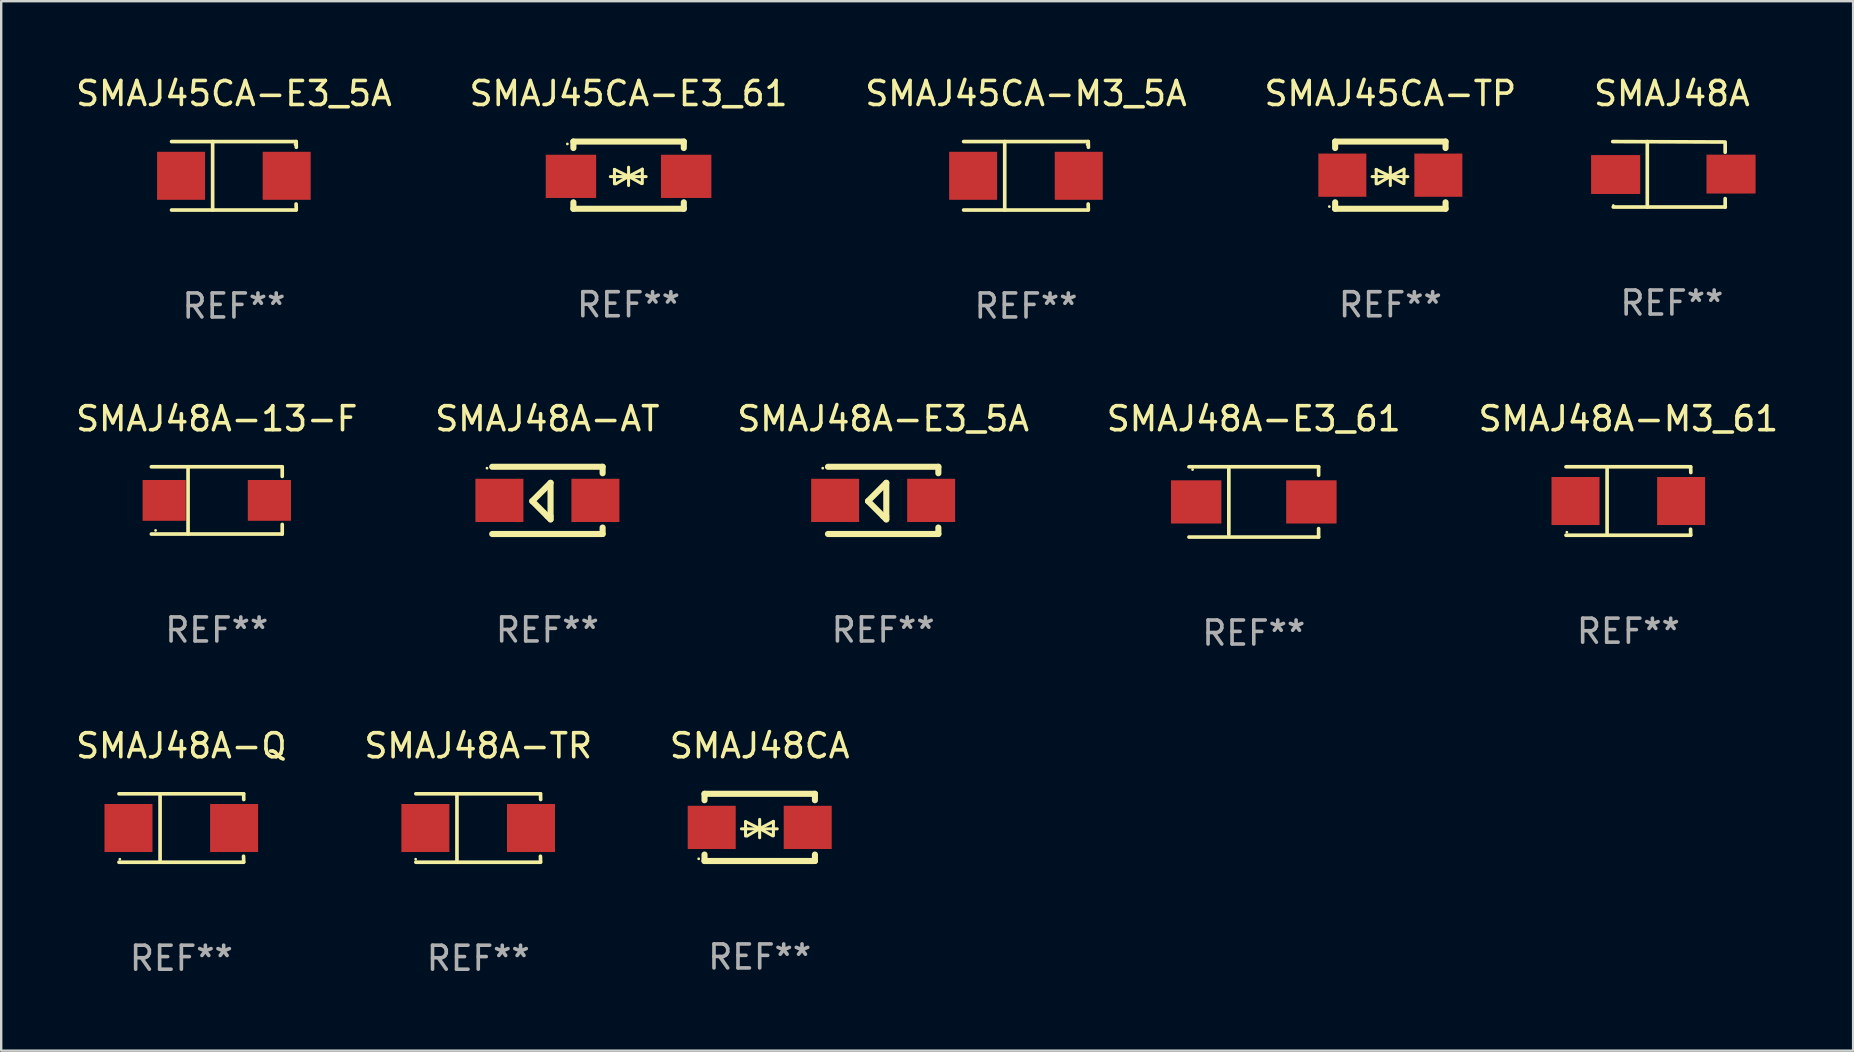
<source format=kicad_pcb>
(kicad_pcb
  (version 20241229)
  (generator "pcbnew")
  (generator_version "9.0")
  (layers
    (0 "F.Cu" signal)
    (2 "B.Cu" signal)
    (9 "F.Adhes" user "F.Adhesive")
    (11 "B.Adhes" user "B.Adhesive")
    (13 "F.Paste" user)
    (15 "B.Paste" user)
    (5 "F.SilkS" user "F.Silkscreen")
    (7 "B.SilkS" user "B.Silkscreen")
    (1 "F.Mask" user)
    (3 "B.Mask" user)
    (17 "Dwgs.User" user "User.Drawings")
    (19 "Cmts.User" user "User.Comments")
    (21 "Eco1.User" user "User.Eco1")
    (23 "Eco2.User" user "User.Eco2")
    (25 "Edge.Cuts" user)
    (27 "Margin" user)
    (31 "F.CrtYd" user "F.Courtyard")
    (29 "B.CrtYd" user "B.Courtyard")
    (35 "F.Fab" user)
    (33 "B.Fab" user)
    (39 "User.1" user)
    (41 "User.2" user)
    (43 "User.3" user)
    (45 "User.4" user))
  (footprint "SMAJ48A-Q"
    (layer "F.Cu")
    (at 4.506 31.447)
    (property "Reference" "SMAJ48A-Q" (at 0 -3.426 0) (layer "F.SilkS") (effects (font (size 1 1) (thickness 0.15))))
    (attr through_hole)
    (fp_line (start -2.6 -1.426) (end 2.593 -1.426) (stroke (width 0.152) (type solid)) (layer "F.SilkS"))
    (fp_line (start -2.6 1.426) (end 2.593 1.426) (stroke (width 0.152) (type solid)) (layer "F.SilkS"))
    (fp_line (start -0.887 -1.426) (end -0.887 1.426) (stroke (width 0.152) (type solid)) (layer "F.SilkS"))
    (fp_line (start 2.59 1.176) (end 2.597 1.415) (stroke (width 0.152) (type solid)) (layer "F.SilkS"))
    (fp_line (start 2.593 -1.426) (end 2.6 -1.187) (stroke (width 0.152) (type solid)) (layer "F.SilkS"))
    (fp_circle (center -2.563 1.3) (end -2.533 1.3) (stroke (width 0.06) (type solid)) (fill no) (layer "F.SilkS"))
    (fp_text user "REF**" (at 0 5.426 0) (layer "F.Fab") (effects (font (size 1 1) (thickness 0.15))))
    (pad "1" smd rect (at -2.203 -0.000025 180) (size 2 2) (layers "F.Cu" "F.Mask" "F.Paste"))
    (pad "2" smd rect (at 2.197 -0.000025 180) (size 2 2) (layers "F.Cu" "F.Mask" "F.Paste")))
  (footprint "SMAJ48A-13-F"
    (layer "F.Cu")
    (at 5.982 17.798)
    (property "Reference" "SMAJ48A-13-F" (at 0 -3.401 0) (layer "F.SilkS") (effects (font (size 1 1) (thickness 0.15))))
    (attr through_hole)
    (fp_line (start -2.726 -1.401) (end 2.726 -1.401) (stroke (width 0.152) (type solid)) (layer "F.SilkS"))
    (fp_line (start -2.726 1.401) (end 2.726 1.401) (stroke (width 0.152) (type solid)) (layer "F.SilkS"))
    (fp_line (start -1.197 -1.401) (end -1.197 1.401) (stroke (width 0.152) (type solid)) (layer "F.SilkS"))
    (fp_line (start 2.726 -1.401) (end 2.726 -1) (stroke (width 0.152) (type solid)) (layer "F.SilkS"))
    (fp_line (start 2.726 1.401) (end 2.726 1) (stroke (width 0.152) (type solid)) (layer "F.SilkS"))
    (fp_circle (center -2.55 1.25) (end -2.52 1.25) (stroke (width 0.06) (type solid)) (fill no) (layer "F.SilkS"))
    (fp_text user "REF**" (at 0 5.401 0) (layer "F.Fab") (effects (font (size 1 1) (thickness 0.15))))
    (pad "1" smd rect (at -2.192 0) (size 1.8 1.7) (layers "F.Cu" "F.Mask" "F.Paste"))
    (pad "2" smd rect (at 2.192 0) (size 1.8 1.7) (layers "F.Cu" "F.Mask" "F.Paste")))
  (footprint "SMAJ45CA-TP"
    (layer "F.Cu")
    (at 54.875 4.248)
    (property "Reference" "SMAJ45CA-TP" (at 0 -3.4 0) (layer "F.SilkS") (effects (font (size 1 1) (thickness 0.15))))
    (attr through_hole)
    (fp_line (start -2.3 -1.4) (end -2.3 -1.131) (stroke (width 0.254) (type solid)) (layer "F.SilkS"))
    (fp_line (start -2.3 -1.4) (end 2.3 -1.4) (stroke (width 0.254) (type solid)) (layer "F.SilkS"))
    (fp_line (start -2.3 1.131) (end -2.3 1.4) (stroke (width 0.254) (type solid)) (layer "F.SilkS"))
    (fp_line (start -2.3 1.4) (end 2.3 1.4) (stroke (width 0.254) (type solid)) (layer "F.SilkS"))
    (fp_line (start -0.76 0.06) (end 0.73 0.06) (stroke (width 0.127) (type solid)) (layer "F.SilkS"))
    (fp_line (start -0.59 -0.24) (end -0.59 0.36) (stroke (width 0.127) (type solid)) (layer "F.SilkS"))
    (fp_line (start -0.59 -0.24) (end -0.002 0.049) (stroke (width 0.127) (type solid)) (layer "F.SilkS"))
    (fp_line (start -0.53 0.36) (end -0.002 0.049) (stroke (width 0.127) (type solid)) (layer "F.SilkS"))
    (fp_line (start -0.002 0.049) (end -0.002 -0.332) (stroke (width 0.127) (type solid)) (layer "F.SilkS"))
    (fp_line (start -0.002 0.049) (end -0.002 0.43) (stroke (width 0.127) (type solid)) (layer "F.SilkS"))
    (fp_line (start 0.54 0.35) (end -0.002 0.049) (stroke (width 0.127) (type solid)) (layer "F.SilkS"))
    (fp_line (start 0.57 -0.25) (end -0.002 0.049) (stroke (width 0.127) (type solid)) (layer "F.SilkS"))
    (fp_line (start 0.57 -0.25) (end 0.57 0.35) (stroke (width 0.127) (type solid)) (layer "F.SilkS"))
    (fp_line (start 2.3 -1.4) (end 2.3 -1.131) (stroke (width 0.254) (type solid)) (layer "F.SilkS"))
    (fp_line (start 2.3 1.131) (end 2.3 1.4) (stroke (width 0.254) (type solid)) (layer "F.SilkS"))
    (fp_circle (center -2.542 1.308) (end -2.512 1.308) (stroke (width 0.06) (type solid)) (fill no) (layer "F.SilkS"))
    (fp_text user "REF**" (at 0 5.4 0) (layer "F.Fab") (effects (font (size 1 1) (thickness 0.15))))
    (pad "1" smd rect (at -2 0) (size 2 1.8) (layers "F.Cu" "F.Mask" "F.Paste"))
    (pad "2" smd rect (at 2 0) (size 2 1.8) (layers "F.Cu" "F.Mask" "F.Paste")))
  (footprint "SMAJ45CA-E3_61"
    (layer "F.Cu")
    (at 23.137 4.248)
    (property "Reference" "SMAJ45CA-E3_61" (at 0 -3.4 0) (layer "F.SilkS") (effects (font (size 1 1) (thickness 0.15))))
    (attr through_hole)
    (fp_line (start -2.298 -1.4) (end -2.298 -1.131) (stroke (width 0.254) (type solid)) (layer "F.SilkS"))
    (fp_line (start -2.298 -1.4) (end 2.302 -1.4) (stroke (width 0.254) (type solid)) (layer "F.SilkS"))
    (fp_line (start -2.298 1.131) (end -2.298 1.4) (stroke (width 0.254) (type solid)) (layer "F.SilkS"))
    (fp_line (start -2.298 1.4) (end 2.302 1.4) (stroke (width 0.254) (type solid)) (layer "F.SilkS"))
    (fp_line (start -0.758 0.06) (end 0.732 0.06) (stroke (width 0.127) (type solid)) (layer "F.SilkS"))
    (fp_line (start -0.588 -0.24) (end -0.588 0.36) (stroke (width 0.127) (type solid)) (layer "F.SilkS"))
    (fp_line (start -0.588 -0.24) (end 0.000025 0.049) (stroke (width 0.127) (type solid)) (layer "F.SilkS"))
    (fp_line (start -0.528 0.36) (end 0.000025 0.049) (stroke (width 0.127) (type solid)) (layer "F.SilkS"))
    (fp_line (start 0.000025 0.049) (end 0.000025 -0.332) (stroke (width 0.127) (type solid)) (layer "F.SilkS"))
    (fp_line (start 0.000025 0.049) (end 0.000025 0.43) (stroke (width 0.127) (type solid)) (layer "F.SilkS"))
    (fp_line (start 0.542 0.35) (end 0.000025 0.049) (stroke (width 0.127) (type solid)) (layer "F.SilkS"))
    (fp_line (start 0.572 -0.25) (end 0.000025 0.049) (stroke (width 0.127) (type solid)) (layer "F.SilkS"))
    (fp_line (start 0.572 -0.25) (end 0.572 0.35) (stroke (width 0.127) (type solid)) (layer "F.SilkS"))
    (fp_line (start 2.302 -1.4) (end 2.302 -1.131) (stroke (width 0.254) (type solid)) (layer "F.SilkS"))
    (fp_line (start 2.302 1.131) (end 2.302 1.4) (stroke (width 0.254) (type solid)) (layer "F.SilkS"))
    (fp_circle (center -2.549 -1.301) (end -2.519 -1.301) (stroke (width 0.06) (type solid)) (fill no) (layer "F.SilkS"))
    (fp_text user "REF**" (at 0 5.4 0) (layer "F.Fab") (effects (font (size 1 1) (thickness 0.15))))
    (pad "1" smd rect (at -2.4 0.049) (size 2.1 1.8) (layers "F.Cu" "F.Mask" "F.Paste"))
    (pad "2" smd rect (at 2.4 0.049) (size 2.1 1.8) (layers "F.Cu" "F.Mask" "F.Paste")))
  (footprint "SMAJ48CA"
    (layer "F.Cu")
    (at 28.601 31.421)
    (property "Reference" "SMAJ48CA" (at 0 -3.4 0) (layer "F.SilkS") (effects (font (size 1 1) (thickness 0.15))))
    (attr through_hole)
    (fp_line (start -2.3 -1.4) (end -2.3 -1.131) (stroke (width 0.254) (type solid)) (layer "F.SilkS"))
    (fp_line (start -2.3 -1.4) (end 2.3 -1.4) (stroke (width 0.254) (type solid)) (layer "F.SilkS"))
    (fp_line (start -2.3 1.131) (end -2.3 1.4) (stroke (width 0.254) (type solid)) (layer "F.SilkS"))
    (fp_line (start -2.3 1.4) (end 2.3 1.4) (stroke (width 0.254) (type solid)) (layer "F.SilkS"))
    (fp_line (start -0.76 0.06) (end 0.73 0.06) (stroke (width 0.127) (type solid)) (layer "F.SilkS"))
    (fp_line (start -0.59 -0.24) (end -0.59 0.36) (stroke (width 0.127) (type solid)) (layer "F.SilkS"))
    (fp_line (start -0.59 -0.24) (end -0.002 0.049) (stroke (width 0.127) (type solid)) (layer "F.SilkS"))
    (fp_line (start -0.53 0.36) (end -0.002 0.049) (stroke (width 0.127) (type solid)) (layer "F.SilkS"))
    (fp_line (start -0.002 0.049) (end -0.002 -0.332) (stroke (width 0.127) (type solid)) (layer "F.SilkS"))
    (fp_line (start -0.002 0.049) (end -0.002 0.43) (stroke (width 0.127) (type solid)) (layer "F.SilkS"))
    (fp_line (start 0.54 0.35) (end -0.002 0.049) (stroke (width 0.127) (type solid)) (layer "F.SilkS"))
    (fp_line (start 0.57 -0.25) (end -0.002 0.049) (stroke (width 0.127) (type solid)) (layer "F.SilkS"))
    (fp_line (start 0.57 -0.25) (end 0.57 0.35) (stroke (width 0.127) (type solid)) (layer "F.SilkS"))
    (fp_line (start 2.3 -1.4) (end 2.3 -1.131) (stroke (width 0.254) (type solid)) (layer "F.SilkS"))
    (fp_line (start 2.3 1.131) (end 2.3 1.4) (stroke (width 0.254) (type solid)) (layer "F.SilkS"))
    (fp_circle (center -2.542 1.308) (end -2.512 1.308) (stroke (width 0.06) (type solid)) (fill no) (layer "F.SilkS"))
    (fp_text user "REF**" (at 0 5.4 0) (layer "F.Fab") (effects (font (size 1 1) (thickness 0.15))))
    (pad "1" smd rect (at -2 0) (size 2 1.8) (layers "F.Cu" "F.Mask" "F.Paste"))
    (pad "2" smd rect (at 2 0) (size 2 1.8) (layers "F.Cu" "F.Mask" "F.Paste")))
  (footprint "SMAJ48A-E3_5A"
    (layer "F.Cu")
    (at 33.744 17.797)
    (property "Reference" "SMAJ48A-E3_5A" (at 0 -3.4 0) (layer "F.SilkS") (effects (font (size 1 1) (thickness 0.15))))
    (attr through_hole)
    (fp_line (start -2.3 -1.4) (end 2.3 -1.4) (stroke (width 0.254) (type solid)) (layer "F.SilkS"))
    (fp_line (start -2.3 1.4) (end 2.3 1.4) (stroke (width 0.254) (type solid)) (layer "F.SilkS"))
    (fp_line (start -0.631 0.03) (end 0.131 -0.732) (stroke (width 0.254) (type solid)) (layer "F.SilkS"))
    (fp_line (start 0.004 0.665) (end -0.631 0.03) (stroke (width 0.254) (type solid)) (layer "F.SilkS"))
    (fp_line (start 0.131 -0.732) (end 0.131 0.665) (stroke (width 0.254) (type solid)) (layer "F.SilkS"))
    (fp_line (start 0.131 0.665) (end 0.131 0.792) (stroke (width 0.254) (type solid)) (layer "F.SilkS"))
    (fp_line (start 0.131 0.792) (end 0.004 0.665) (stroke (width 0.254) (type solid)) (layer "F.SilkS"))
    (fp_line (start 2.3 -1.4) (end 2.3 -1.131) (stroke (width 0.254) (type solid)) (layer "F.SilkS"))
    (fp_line (start 2.3 1.131) (end 2.3 1.4) (stroke (width 0.254) (type solid)) (layer "F.SilkS"))
    (fp_circle (center -2.517 -1.342) (end -2.487 -1.342) (stroke (width 0.06) (type solid)) (fill no) (layer "F.SilkS"))
    (fp_text user "REF**" (at 0 5.4 0) (layer "F.Fab") (effects (font (size 1 1) (thickness 0.15))))
    (pad "1" smd rect (at -2 -0.000127) (size 2 1.8) (layers "F.Cu" "F.Mask" "F.Paste"))
    (pad "2" smd rect (at 2 -0.000127) (size 2 1.8) (layers "F.Cu" "F.Mask" "F.Paste")))
  (footprint "SMAJ48A-E3_61"
    (layer "F.Cu")
    (at 49.185 17.861)
    (property "Reference" "SMAJ48A-E3_61" (at 0 -3.464 0) (layer "F.SilkS") (effects (font (size 1 1) (thickness 0.15))))
    (attr through_hole)
    (fp_line (start -2.701 -1.464) (end 2.701 -1.464) (stroke (width 0.152) (type solid)) (layer "F.SilkS"))
    (fp_line (start -2.701 1.464) (end 2.701 1.464) (stroke (width 0.152) (type solid)) (layer "F.SilkS"))
    (fp_line (start -1.039 -1.364) (end -1.039 1.364) (stroke (width 0.152) (type solid)) (layer "F.SilkS"))
    (fp_line (start 2.701 -1.464) (end 2.701 -1.113) (stroke (width 0.152) (type solid)) (layer "F.SilkS"))
    (fp_line (start 2.701 1.464) (end 2.701 1.113) (stroke (width 0.152) (type solid)) (layer "F.SilkS"))
    (fp_circle (center -2.55 -1.35) (end -2.52 -1.35) (stroke (width 0.06) (type solid)) (fill no) (layer "F.SilkS"))
    (fp_text user "REF**" (at 0 5.464 0) (layer "F.Fab") (effects (font (size 1 1) (thickness 0.15))))
    (pad "1" smd rect (at -2.4 0) (size 2.1 1.8) (layers "F.Cu" "F.Mask" "F.Paste"))
    (pad "2" smd rect (at 2.4 0) (size 2.1 1.8) (layers "F.Cu" "F.Mask" "F.Paste")))
  (footprint "SMAJ48A-TR"
    (layer "F.Cu")
    (at 16.875 31.447)
    (property "Reference" "SMAJ48A-TR" (at 0 -3.426 0) (layer "F.SilkS") (effects (font (size 1 1) (thickness 0.15))))
    (attr through_hole)
    (fp_line (start -2.6 -1.426) (end 2.593 -1.426) (stroke (width 0.152) (type solid)) (layer "F.SilkS"))
    (fp_line (start -2.6 1.426) (end 2.593 1.426) (stroke (width 0.152) (type solid)) (layer "F.SilkS"))
    (fp_line (start -0.887 -1.426) (end -0.887 1.426) (stroke (width 0.152) (type solid)) (layer "F.SilkS"))
    (fp_line (start 2.59 1.176) (end 2.597 1.415) (stroke (width 0.152) (type solid)) (layer "F.SilkS"))
    (fp_line (start 2.593 -1.426) (end 2.6 -1.187) (stroke (width 0.152) (type solid)) (layer "F.SilkS"))
    (fp_circle (center -2.608 1.3) (end -2.578 1.3) (stroke (width 0.06) (type solid)) (fill no) (layer "F.SilkS"))
    (fp_text user "REF**" (at 0 5.426 0) (layer "F.Fab") (effects (font (size 1 1) (thickness 0.15))))
    (pad "1" smd rect (at -2.203 0 180) (size 2 2) (layers "F.Cu" "F.Mask" "F.Paste"))
    (pad "2" smd rect (at 2.197 0 180) (size 2 2) (layers "F.Cu" "F.Mask" "F.Paste")))
  (footprint "SMAJ48A-M3_61"
    (layer "F.Cu")
    (at 64.792 17.823)
    (property "Reference" "SMAJ48A-M3_61" (at 0 -3.426 0) (layer "F.SilkS") (effects (font (size 1 1) (thickness 0.15))))
    (attr through_hole)
    (fp_line (start -2.6 -1.426) (end 2.593 -1.426) (stroke (width 0.152) (type solid)) (layer "F.SilkS"))
    (fp_line (start -2.6 1.426) (end 2.593 1.426) (stroke (width 0.152) (type solid)) (layer "F.SilkS"))
    (fp_line (start -0.887 -1.426) (end -0.887 1.426) (stroke (width 0.152) (type solid)) (layer "F.SilkS"))
    (fp_line (start 2.59 1.176) (end 2.597 1.415) (stroke (width 0.152) (type solid)) (layer "F.SilkS"))
    (fp_line (start 2.593 -1.426) (end 2.6 -1.187) (stroke (width 0.152) (type solid)) (layer "F.SilkS"))
    (fp_circle (center -2.563 1.3) (end -2.533 1.3) (stroke (width 0.06) (type solid)) (fill no) (layer "F.SilkS"))
    (fp_text user "REF**" (at 0 5.426 0) (layer "F.Fab") (effects (font (size 1 1) (thickness 0.15))))
    (pad "1" smd rect (at -2.203 -0.000025 180) (size 2 2) (layers "F.Cu" "F.Mask" "F.Paste"))
    (pad "2" smd rect (at 2.197 -0.000025 180) (size 2 2) (layers "F.Cu" "F.Mask" "F.Paste")))
  (footprint "SMAJ45CA-M3_5A"
    (layer "F.Cu")
    (at 39.696 4.274)
    (property "Reference" "SMAJ45CA-M3_5A" (at 0 -3.426 0) (layer "F.SilkS") (effects (font (size 1 1) (thickness 0.15))))
    (attr through_hole)
    (fp_line (start -2.6 -1.426) (end 2.593 -1.426) (stroke (width 0.152) (type solid)) (layer "F.SilkS"))
    (fp_line (start -2.6 1.426) (end 2.593 1.426) (stroke (width 0.152) (type solid)) (layer "F.SilkS"))
    (fp_line (start -0.887 -1.426) (end -0.887 1.426) (stroke (width 0.152) (type solid)) (layer "F.SilkS"))
    (fp_line (start 2.59 1.176) (end 2.597 1.415) (stroke (width 0.152) (type solid)) (layer "F.SilkS"))
    (fp_line (start 2.593 -1.426) (end 2.6 -1.187) (stroke (width 0.152) (type solid)) (layer "F.SilkS"))
    (fp_circle (center 2.547 -1.3) (end 2.577 -1.3) (stroke (width 0.06) (type solid)) (fill no) (layer "F.SilkS"))
    (fp_text user "REF**" (at 0 5.426 0) (layer "F.Fab") (effects (font (size 1 1) (thickness 0.15))))
    (pad "1" smd rect (at 2.197 -0.000025 180) (size 2 2) (layers "F.Cu" "F.Mask" "F.Paste"))
    (pad "2" smd rect (at -2.203 -0.000025 180) (size 2 2) (layers "F.Cu" "F.Mask" "F.Paste")))
  (footprint "SMAJ45CA-E3_5A"
    (layer "F.Cu")
    (at 6.696 4.274)
    (property "Reference" "SMAJ45CA-E3_5A" (at 0 -3.426 0) (layer "F.SilkS") (effects (font (size 1 1) (thickness 0.15))))
    (attr through_hole)
    (fp_line (start -2.6 -1.426) (end 2.593 -1.426) (stroke (width 0.152) (type solid)) (layer "F.SilkS"))
    (fp_line (start -2.6 1.426) (end 2.593 1.426) (stroke (width 0.152) (type solid)) (layer "F.SilkS"))
    (fp_line (start -0.887 -1.426) (end -0.887 1.426) (stroke (width 0.152) (type solid)) (layer "F.SilkS"))
    (fp_line (start 2.59 1.176) (end 2.597 1.415) (stroke (width 0.152) (type solid)) (layer "F.SilkS"))
    (fp_line (start 2.593 -1.426) (end 2.6 -1.187) (stroke (width 0.152) (type solid)) (layer "F.SilkS"))
    (fp_circle (center 2.547 -1.3) (end 2.577 -1.3) (stroke (width 0.06) (type solid)) (fill no) (layer "F.SilkS"))
    (fp_text user "REF**" (at 0 5.426 0) (layer "F.Fab") (effects (font (size 1 1) (thickness 0.15))))
    (pad "1" smd rect (at 2.197 -0.000025 180) (size 2 2) (layers "F.Cu" "F.Mask" "F.Paste"))
    (pad "2" smd rect (at -2.203 -0.000025 180) (size 2 2) (layers "F.Cu" "F.Mask" "F.Paste")))
  (footprint "SMAJ48A"
    (layer "F.Cu")
    (at 66.604 4.212)
    (property "Reference" "SMAJ48A" (at 0 -3.364 0) (layer "F.SilkS") (effects (font (size 1 1) (thickness 0.15))))
    (attr through_hole)
    (fp_line (start -2.465 -1.364) (end 2.22 -1.346) (stroke (width 0.152) (type solid)) (layer "F.SilkS"))
    (fp_line (start -2.442 1.364) (end 2.226 1.364) (stroke (width 0.152) (type solid)) (layer "F.SilkS"))
    (fp_line (start -1.024 -1.364) (end -1.024 1.364) (stroke (width 0.152) (type solid)) (layer "F.SilkS"))
    (fp_line (start 2.22 -1.27) (end 2.22 -0.919) (stroke (width 0.152) (type solid)) (layer "F.SilkS"))
    (fp_line (start 2.22 1.364) (end 2.22 1.013) (stroke (width 0.152) (type solid)) (layer "F.SilkS"))
    (fp_circle (center -2.439 1.3) (end -2.409 1.3) (stroke (width 0.06) (type solid)) (fill no) (layer "F.SilkS"))
    (fp_text user "REF**" (at 0 5.364 0) (layer "F.Fab") (effects (font (size 1 1) (thickness 0.15))))
    (pad "1" smd rect (at -2.343 0.009) (size 2.046 1.62) (layers "F.Cu" "F.Mask" "F.Paste"))
    (pad "2" smd rect (at 2.465 -0.009 180) (size 2.046 1.62) (layers "F.Cu" "F.Mask" "F.Paste")))
  (footprint "SMAJ48A-AT"
    (layer "F.Cu")
    (at 19.756 17.797)
    (property "Reference" "SMAJ48A-AT" (at 0 -3.4 0) (layer "F.SilkS") (effects (font (size 1 1) (thickness 0.15))))
    (attr through_hole)
    (fp_line (start -2.3 -1.4) (end 2.3 -1.4) (stroke (width 0.254) (type solid)) (layer "F.SilkS"))
    (fp_line (start -2.3 1.4) (end 2.3 1.4) (stroke (width 0.254) (type solid)) (layer "F.SilkS"))
    (fp_line (start -0.631 0.03) (end 0.131 -0.732) (stroke (width 0.254) (type solid)) (layer "F.SilkS"))
    (fp_line (start 0.004 0.665) (end -0.631 0.03) (stroke (width 0.254) (type solid)) (layer "F.SilkS"))
    (fp_line (start 0.131 -0.732) (end 0.131 0.665) (stroke (width 0.254) (type solid)) (layer "F.SilkS"))
    (fp_line (start 0.131 0.665) (end 0.131 0.792) (stroke (width 0.254) (type solid)) (layer "F.SilkS"))
    (fp_line (start 0.131 0.792) (end 0.004 0.665) (stroke (width 0.254) (type solid)) (layer "F.SilkS"))
    (fp_line (start 2.3 -1.4) (end 2.3 -1.131) (stroke (width 0.254) (type solid)) (layer "F.SilkS"))
    (fp_line (start 2.3 1.131) (end 2.3 1.4) (stroke (width 0.254) (type solid)) (layer "F.SilkS"))
    (fp_circle (center -2.517 -1.342) (end -2.487 -1.342) (stroke (width 0.06) (type solid)) (fill no) (layer "F.SilkS"))
    (fp_text user "REF**" (at 0 5.4 0) (layer "F.Fab") (effects (font (size 1 1) (thickness 0.15))))
    (pad "1" smd rect (at -2 -0.000127) (size 2 1.8) (layers "F.Cu" "F.Mask" "F.Paste"))
    (pad "2" smd rect (at 2 -0.000127) (size 2 1.8) (layers "F.Cu" "F.Mask" "F.Paste")))
  (gr_rect
    (start -3 -3)
    (end 74.155 40.722)
    (stroke (width 0.1) (type default))
    (fill no)
    (layer "Edge.Cuts")))
</source>
